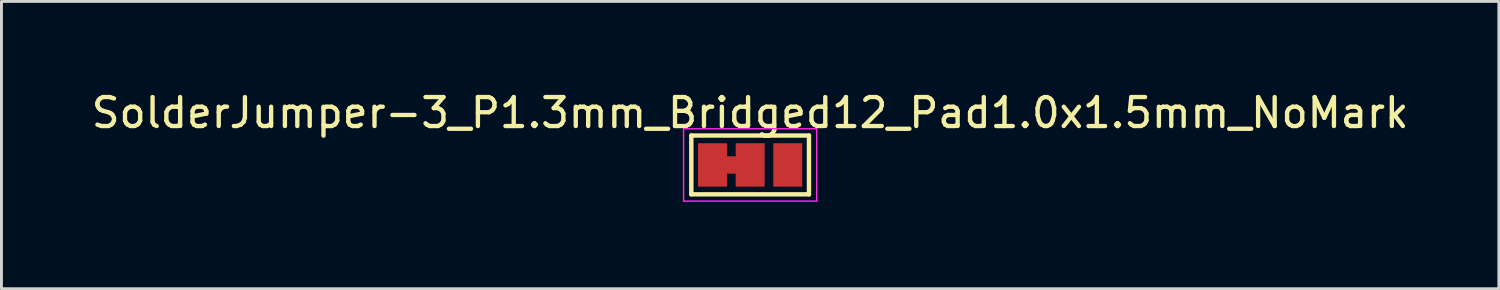
<source format=kicad_pcb>
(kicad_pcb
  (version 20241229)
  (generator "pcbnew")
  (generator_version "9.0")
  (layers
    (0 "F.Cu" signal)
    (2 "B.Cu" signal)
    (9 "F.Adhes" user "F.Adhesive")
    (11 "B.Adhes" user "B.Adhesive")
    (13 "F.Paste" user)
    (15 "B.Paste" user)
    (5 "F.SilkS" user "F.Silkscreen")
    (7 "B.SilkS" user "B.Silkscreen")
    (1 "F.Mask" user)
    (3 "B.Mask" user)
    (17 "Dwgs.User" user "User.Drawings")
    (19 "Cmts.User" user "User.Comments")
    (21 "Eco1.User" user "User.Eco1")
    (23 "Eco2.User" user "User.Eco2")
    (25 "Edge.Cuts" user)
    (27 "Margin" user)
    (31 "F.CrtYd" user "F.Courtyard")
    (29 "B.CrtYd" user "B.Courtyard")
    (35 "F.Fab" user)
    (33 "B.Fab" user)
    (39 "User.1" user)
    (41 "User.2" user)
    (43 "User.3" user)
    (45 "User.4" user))
  (footprint "SolderJumper-3_P1.3mm_Bridged12_Pad1.0x1.5mm_NoMark"
    (layer "F.Cu")
    (at 22.863 2.648)
    (property "Reference" "SolderJumper-3_P1.3mm_Bridged12_Pad1.0x1.5mm_NoMark" (at 0 -1.8 0) (layer "F.SilkS") (effects (font (size 1 1) (thickness 0.15))))
    (attr exclude_from_pos_files exclude_from_bom)
    (fp_poly (pts (xy -0.9 -0.3) (xy -0.4 -0.3) (xy -0.4 0.3) (xy -0.9 0.3)) (stroke (width 0) (type solid)) (fill yes) (layer "F.Cu"))
    (fp_line (start -2.032 -1.016) (end 2.032 -1.016) (stroke (width 0.152) (type solid)) (layer "F.SilkS"))
    (fp_line (start -2.032 1.016) (end -2.032 -1.016) (stroke (width 0.152) (type solid)) (layer "F.SilkS"))
    (fp_line (start 2.032 -1.016) (end 2.032 1.016) (stroke (width 0.152) (type solid)) (layer "F.SilkS"))
    (fp_line (start 2.032 1.016) (end -2.032 1.016) (stroke (width 0.152) (type solid)) (layer "F.SilkS"))
    (fp_line (start -2.3 -1.25) (end -2.3 1.25) (stroke (width 0.05) (type solid)) (layer "F.CrtYd"))
    (fp_line (start -2.3 -1.25) (end 2.3 -1.25) (stroke (width 0.05) (type solid)) (layer "F.CrtYd"))
    (fp_line (start 2.3 1.25) (end -2.3 1.25) (stroke (width 0.05) (type solid)) (layer "F.CrtYd"))
    (fp_line (start 2.3 1.25) (end 2.3 -1.25) (stroke (width 0.05) (type solid)) (layer "F.CrtYd"))
    (pad "1" smd rect (at -1.3 0) (size 1 1.5) (layers "F.Cu" "F.Mask"))
    (pad "2" smd rect (at 0 0) (size 1 1.5) (layers "F.Cu" "F.Mask"))
    (pad "3" smd rect (at 1.3 0) (size 1 1.5) (layers "F.Cu" "F.Mask")))
  (gr_rect
    (start -3 -3)
    (end 48.726 6.923)
    (stroke (width 0.1) (type default))
    (fill no)
    (layer "Edge.Cuts")))
</source>
